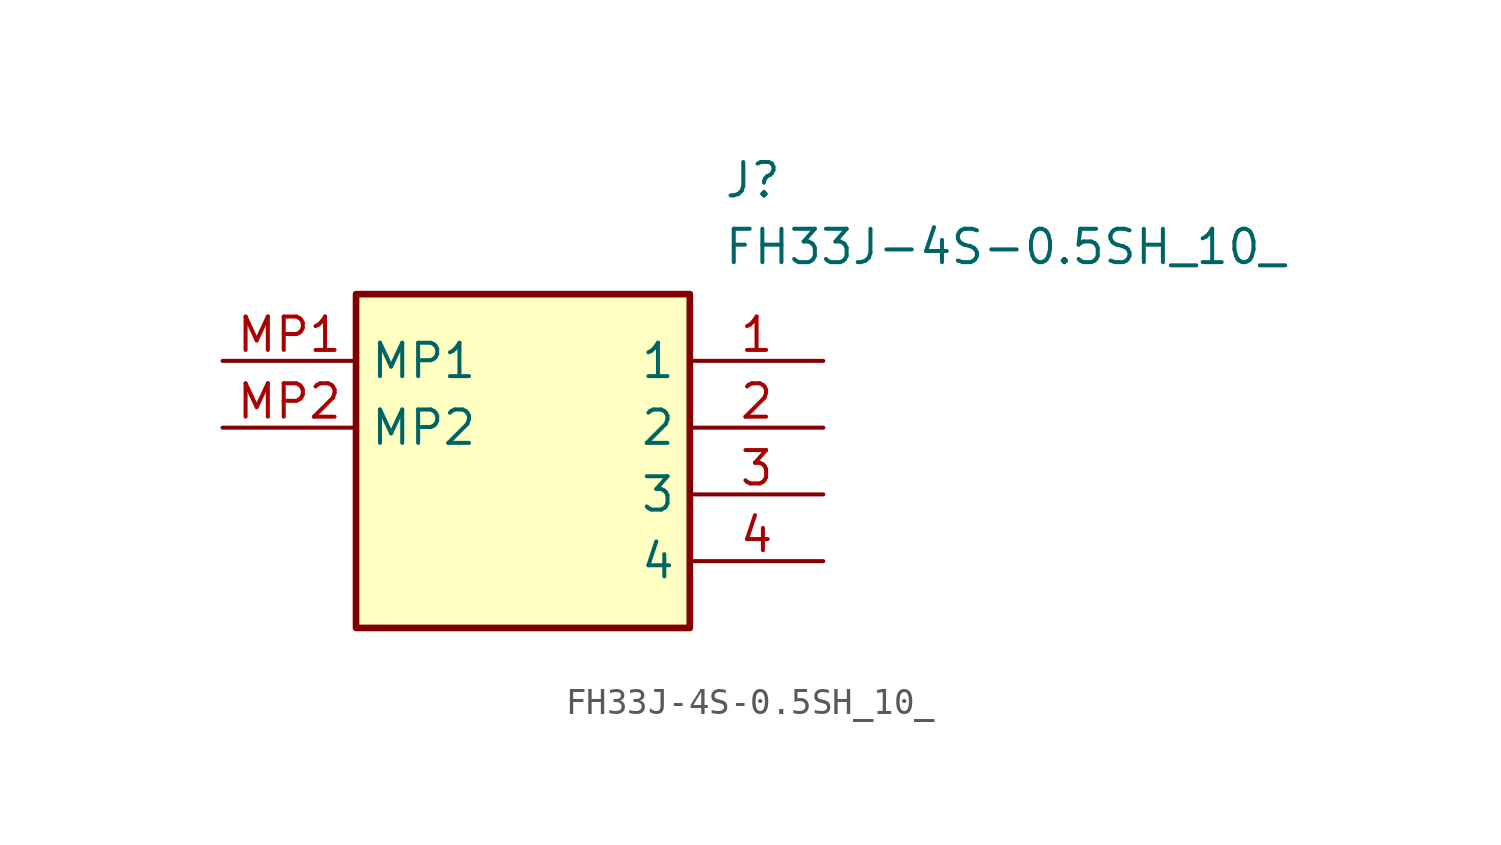
<source format=kicad_sym>
(kicad_symbol_lib
  (version 20220914)
  (generator SamacSys_ECAD_Model)
  (symbol "FH33J-4S-0.5SH_10_"
    (property "Reference" "J"
      (at 19.05 7.62 0)
      (effects (font (size 1.27 1.27)) (justify left top)))
    (property "Value" "FH33J-4S-0.5SH_10_"
      (at 19.05 5.08 0)
      (effects (font (size 1.27 1.27)) (justify left top)))
    (rectangle
      (start 5.08 2.54)
      (end 17.78 -10.16)
      (stroke (width 0.254) (type default))
      (fill (type background)))
    (pin passive line
      (at 22.86 0 180)
      (length 5.08)
      (name "1" (effects (font (size 1.27 1.27))))
      (number "1" (effects (font (size 1.27 1.27)))))
    (pin passive line
      (at 22.86 -2.54 180)
      (length 5.08)
      (name "2" (effects (font (size 1.27 1.27))))
      (number "2" (effects (font (size 1.27 1.27)))))
    (pin passive line
      (at 22.86 -5.08 180)
      (length 5.08)
      (name "3" (effects (font (size 1.27 1.27))))
      (number "3" (effects (font (size 1.27 1.27)))))
    (pin passive line
      (at 22.86 -7.62 180)
      (length 5.08)
      (name "4" (effects (font (size 1.27 1.27))))
      (number "4" (effects (font (size 1.27 1.27)))))
    (pin passive line
      (at 0 0 0)
      (length 5.08)
      (name "MP1" (effects (font (size 1.27 1.27))))
      (number "MP1" (effects (font (size 1.27 1.27)))))
    (pin passive line
      (at 0 -2.54 0)
      (length 5.08)
      (name "MP2" (effects (font (size 1.27 1.27))))
      (number "MP2" (effects (font (size 1.27 1.27)))))))
</source>
